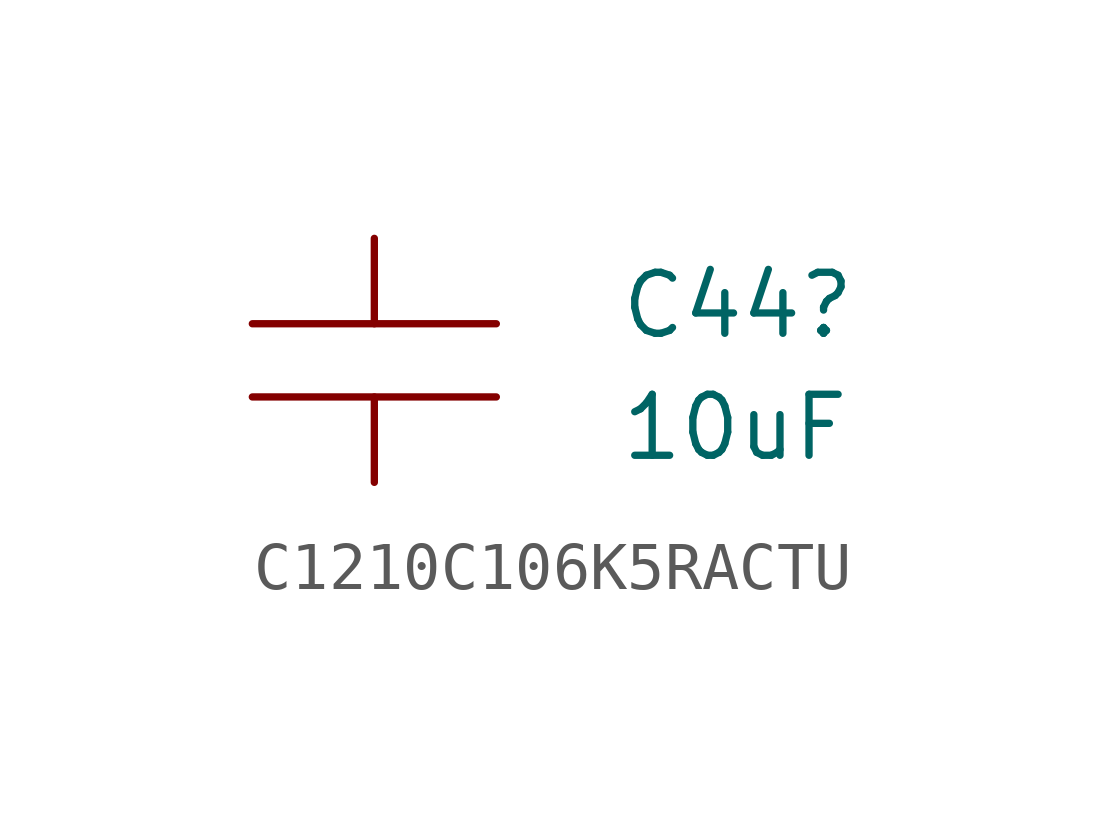
<source format=kicad_sym>
(kicad_symbol_lib
  (version 20220914)
  (generator kicad_symbol_editor)
  (symbol "C1210C106K5RACTU"
    (pin_numbers hide)
    (pin_names
      (offset 1.016) hide)
    (property "Reference" "C44"
      (at 5.08 -1.397 0)
      (effects (font (size 1.27 1.27)) (justify left)))
    (property "Value" "10uF"
      (at 5.08 -3.937 0)
      (effects (font (size 1.27 1.27)) (justify left)))
    (symbol "C1210C106K5RACTU_1_1"
      (polyline (pts (xy 2.54 -3.302) (xy -2.54 -3.302)) (stroke (width 0) (type solid)) (fill (type none)))
      (polyline (pts (xy 2.54 -1.778) (xy -2.54 -1.778)) (stroke (width 0) (type solid)) (fill (type none)))
      (pin passive line (at 0 0 270) (length 1.778) (name "1" (effects (font (size 0 0)))) (number "1" (effects (font (size 1.016 1.016)))))
      (pin passive line (at 0 -5.08 90) (length 1.778) (name "2" (effects (font (size 0 0)))) (number "2" (effects (font (size 1.016 1.016))))))))
</source>
